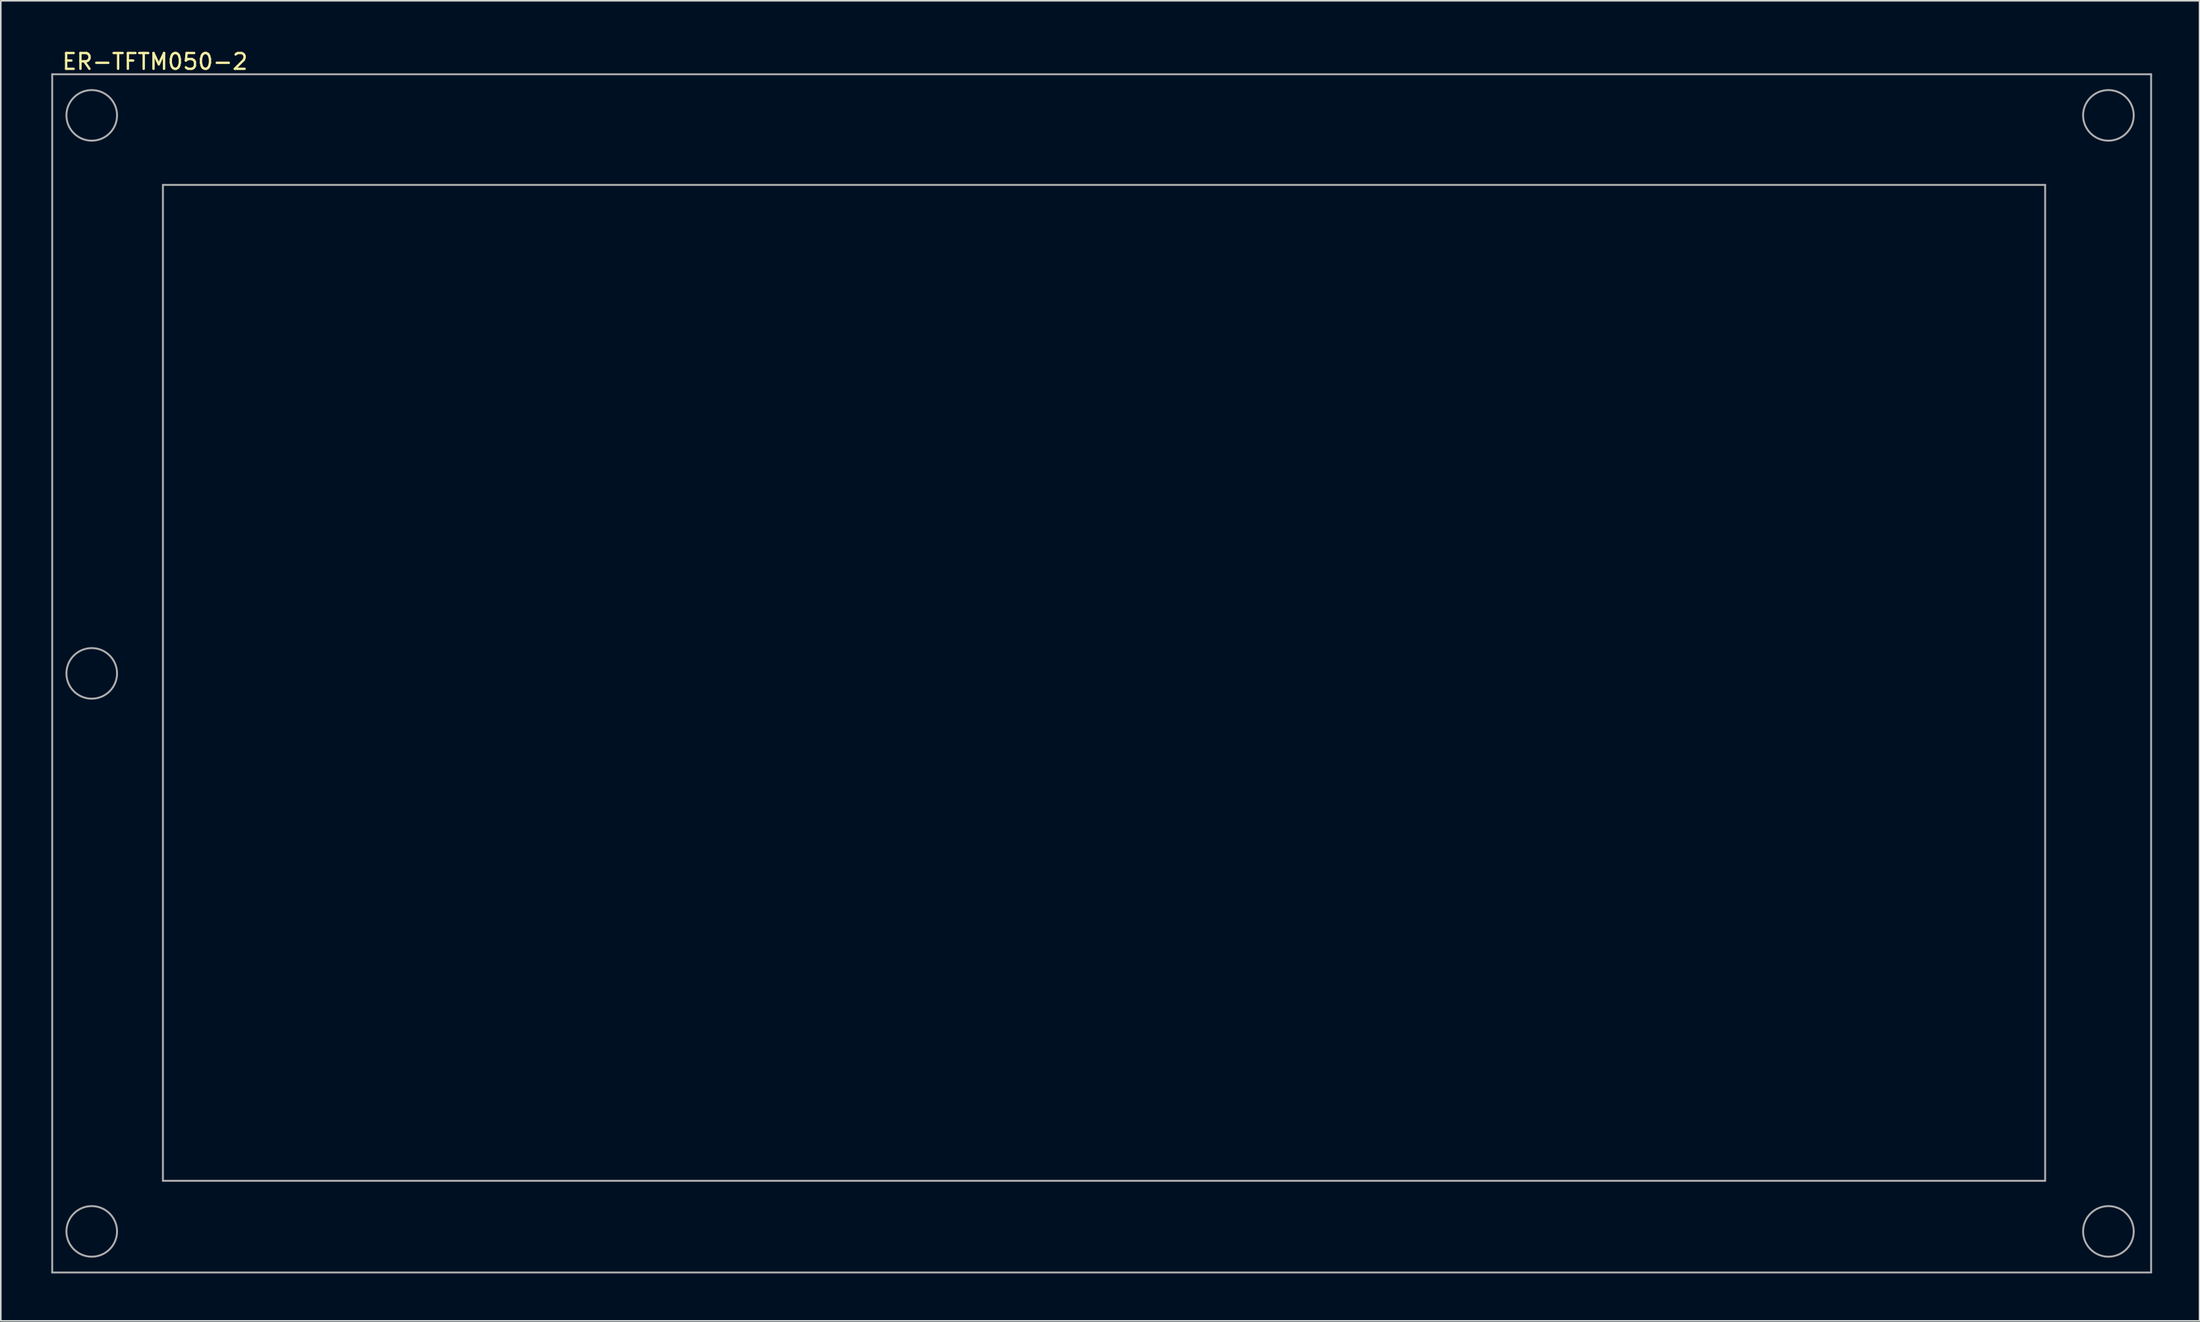
<source format=kicad_pcb>
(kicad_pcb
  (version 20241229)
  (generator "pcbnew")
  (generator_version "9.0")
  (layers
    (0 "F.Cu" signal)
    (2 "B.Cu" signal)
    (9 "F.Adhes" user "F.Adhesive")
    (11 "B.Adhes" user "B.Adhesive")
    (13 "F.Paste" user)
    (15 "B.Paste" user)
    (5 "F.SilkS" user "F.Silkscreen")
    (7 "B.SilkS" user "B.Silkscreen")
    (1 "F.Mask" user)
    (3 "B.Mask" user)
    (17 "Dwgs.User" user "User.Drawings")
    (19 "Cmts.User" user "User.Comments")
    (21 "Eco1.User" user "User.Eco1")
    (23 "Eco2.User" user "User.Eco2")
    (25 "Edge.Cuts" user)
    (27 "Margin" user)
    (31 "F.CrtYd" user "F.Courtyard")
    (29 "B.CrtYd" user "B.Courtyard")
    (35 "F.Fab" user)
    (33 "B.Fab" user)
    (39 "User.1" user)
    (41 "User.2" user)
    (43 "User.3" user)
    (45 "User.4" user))
  (footprint "ER-TFTM050-2"
    (layer "F.Cu")
    (at 0.25 1.648)
    (property "Reference" "ER-TFTM050-2" (at 6.5 -0.8 0) (layer "F.SilkS") (effects (font (size 1 1) (thickness 0.15))))
    (attr through_hole)
    (fp_line (start 0 0) (end 132.7 0) (stroke (width 0.12) (type solid)) (layer "F.Fab"))
    (fp_line (start 0 75.8) (end 0 0) (stroke (width 0.12) (type solid)) (layer "F.Fab"))
    (fp_line (start 7 7) (end 126 7) (stroke (width 0.12) (type solid)) (layer "F.Fab"))
    (fp_line (start 7 70) (end 7 7) (stroke (width 0.12) (type solid)) (layer "F.Fab"))
    (fp_line (start 126 7) (end 126 70) (stroke (width 0.12) (type solid)) (layer "F.Fab"))
    (fp_line (start 126 70) (end 7 70) (stroke (width 0.12) (type solid)) (layer "F.Fab"))
    (fp_line (start 132.7 0) (end 132.7 75.8) (stroke (width 0.12) (type solid)) (layer "F.Fab"))
    (fp_line (start 132.7 75.8) (end 0 75.8) (stroke (width 0.12) (type solid)) (layer "F.Fab"))
    (fp_circle (center 2.5 2.6) (end 4.1 2.6) (stroke (width 0.12) (type solid)) (fill no) (layer "F.Fab"))
    (fp_circle (center 2.5 37.9) (end 4.1 37.9) (stroke (width 0.12) (type solid)) (fill no) (layer "F.Fab"))
    (fp_circle (center 2.5 73.2) (end 4.1 73.2) (stroke (width 0.12) (type solid)) (fill no) (layer "F.Fab"))
    (fp_circle (center 130 2.6) (end 131.6 2.6) (stroke (width 0.12) (type solid)) (fill no) (layer "F.Fab"))
    (fp_circle (center 130 73.2) (end 131.6 73.2) (stroke (width 0.12) (type solid)) (fill no) (layer "F.Fab")))
  (gr_rect
    (start -3 -3)
    (end 136.01 80.508)
    (stroke (width 0.1) (type default))
    (fill no)
    (layer "Edge.Cuts")))
</source>
